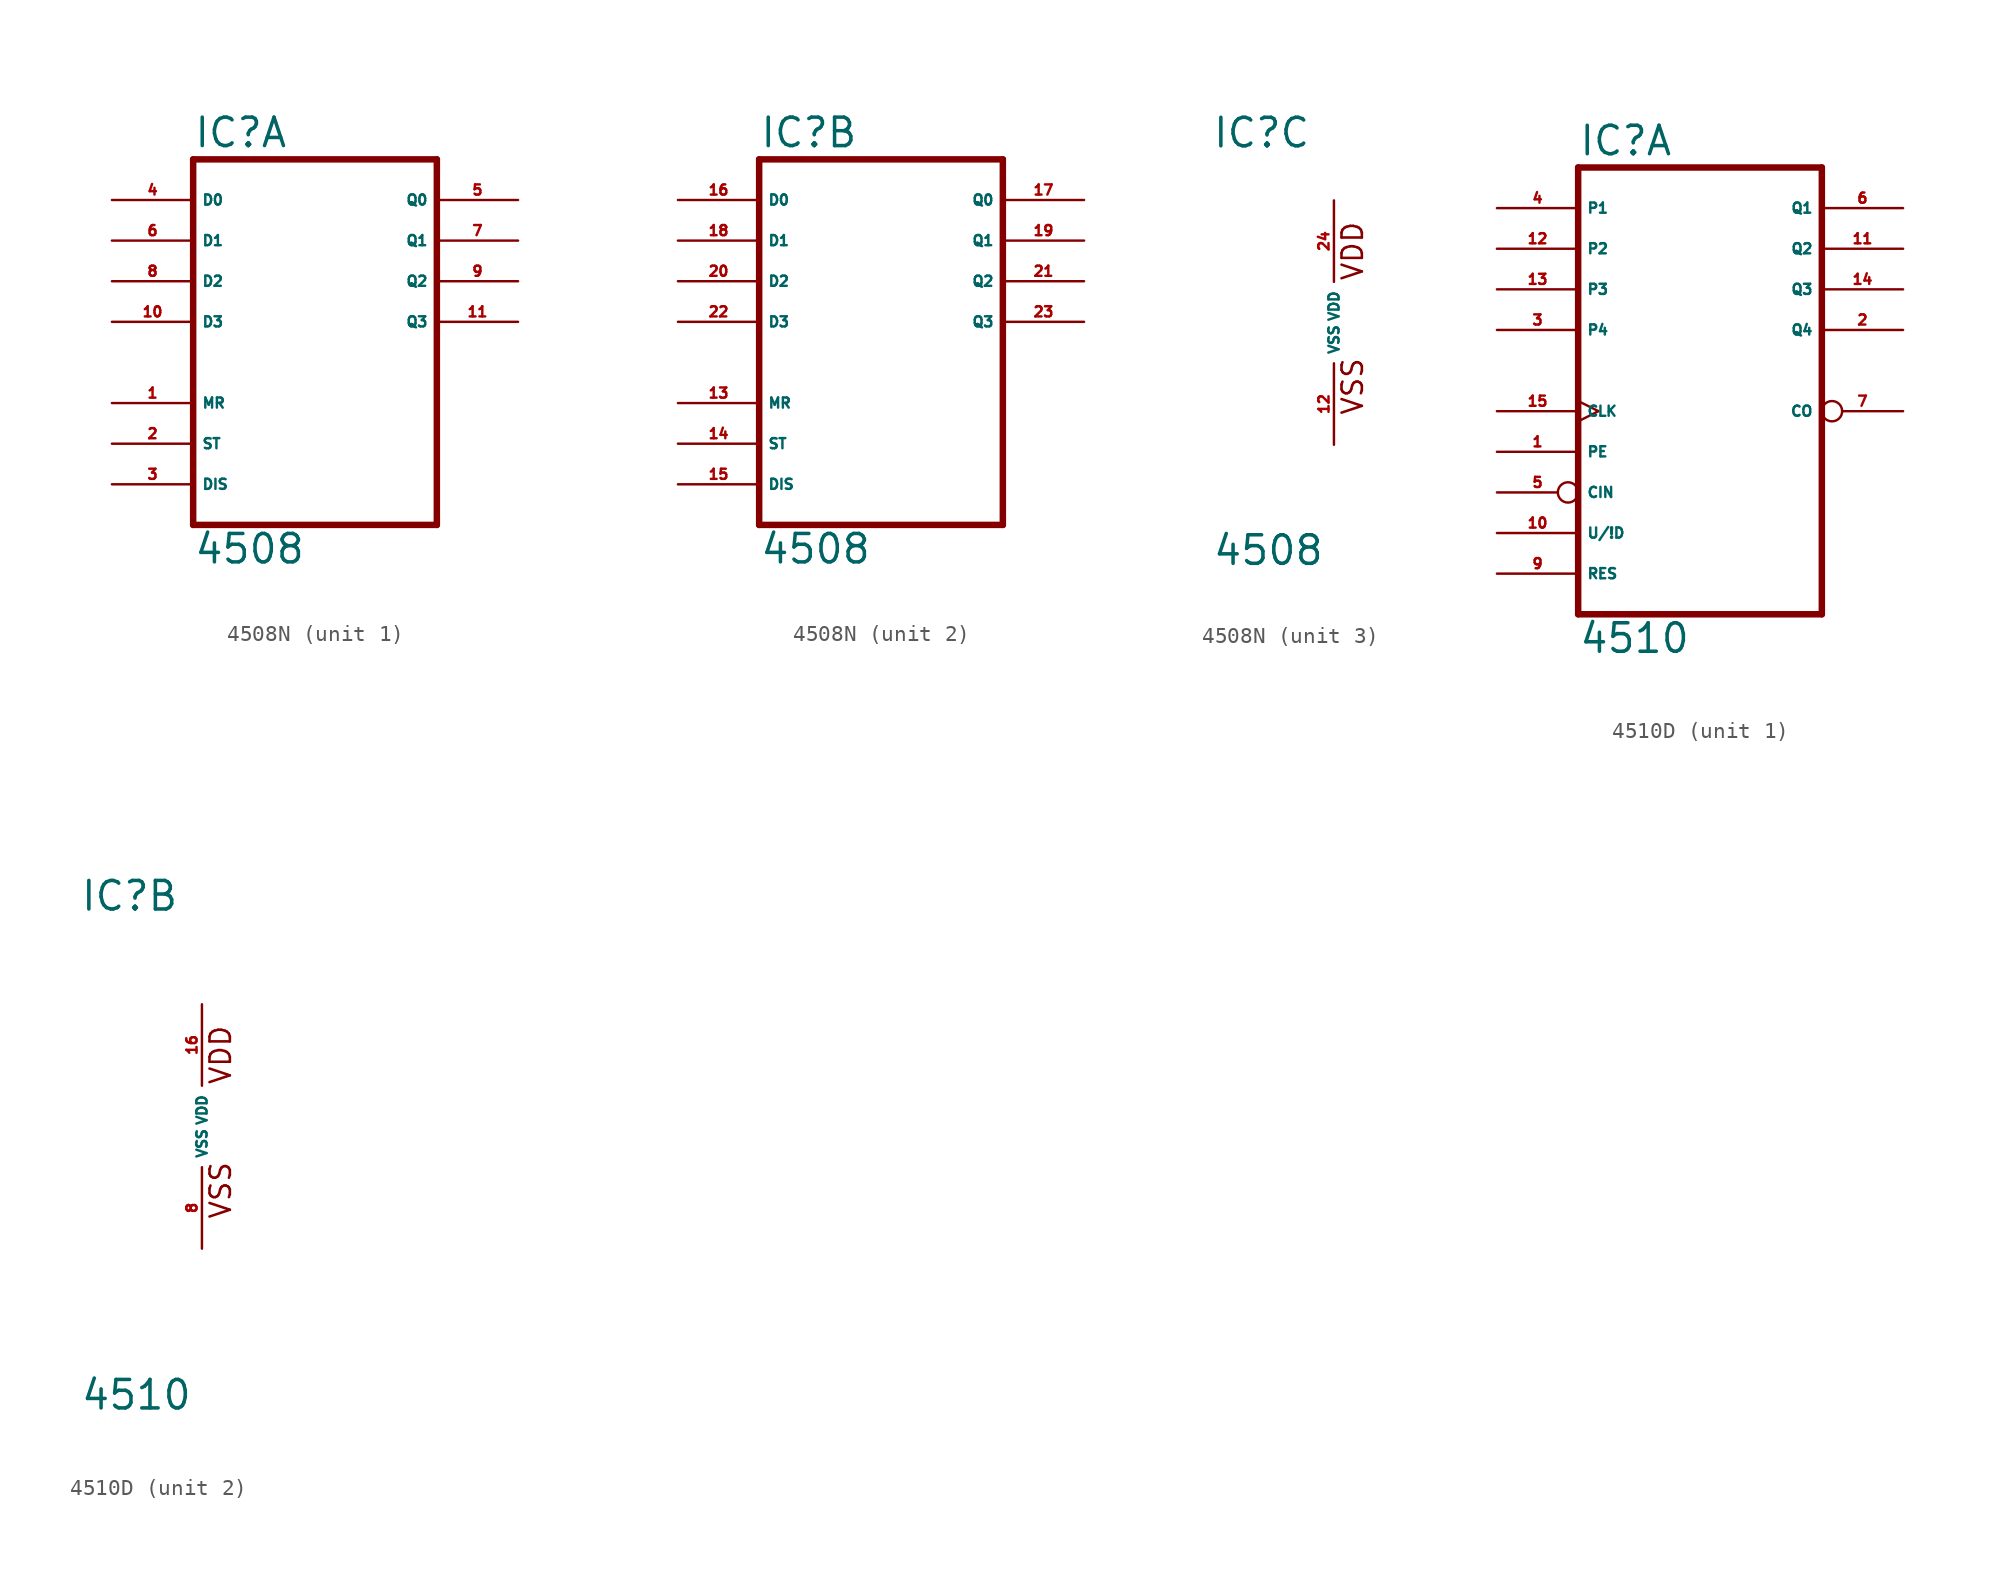
<source format=kicad_sym>
(kicad_symbol_lib
  (version 20220914)
  (generator Eagle2Kicad)
  (symbol "4508N"
    (property "Reference" "IC"
      (at -7.62 10.795 0)
      (effects (font (size 1.778 1.778) (thickness 0.22)) (justify left bottom)))
    (property "Value" "4508"
      (at -7.62 -15.24 0)
      (effects (font (size 1.778 1.778) (thickness 0.22)) (justify left bottom)))
    (symbol "4508N_1_0"
      (polyline (pts (xy -7.62 -12.7) (xy 7.62 -12.7)) (stroke (width 0.406) (type default)) (fill (type none)))
      (polyline (pts (xy 7.62 -12.7) (xy 7.62 10.16)) (stroke (width 0.406) (type default)) (fill (type none)))
      (polyline (pts (xy 7.62 10.16) (xy -7.62 10.16)) (stroke (width 0.406) (type default)) (fill (type none)))
      (polyline (pts (xy -7.62 10.16) (xy -7.62 -12.7)) (stroke (width 0.406) (type default)) (fill (type none)))
      (pin input line (at -12.7 -5.08 0) (length 5.08) (name "MR" (effects (font (size 0.635 0.635) (thickness 0.08)) (justify left bottom))) (number "1" (effects (font (size 0.635 0.635) (thickness 0.08)) (justify left bottom))))
      (pin input line (at -12.7 -7.62 0) (length 5.08) (name "ST" (effects (font (size 0.635 0.635) (thickness 0.08)) (justify left bottom))) (number "2" (effects (font (size 0.635 0.635) (thickness 0.08)) (justify left bottom))))
      (pin input line (at -12.7 -10.16 0) (length 5.08) (name "DIS" (effects (font (size 0.635 0.635) (thickness 0.08)) (justify left bottom))) (number "3" (effects (font (size 0.635 0.635) (thickness 0.08)) (justify left bottom))))
      (pin input line (at -12.7 7.62 0) (length 5.08) (name "D0" (effects (font (size 0.635 0.635) (thickness 0.08)) (justify left bottom))) (number "4" (effects (font (size 0.635 0.635) (thickness 0.08)) (justify left bottom))))
      (pin output line (at 12.7 7.62 180) (length 5.08) (name "Q0" (effects (font (size 0.635 0.635) (thickness 0.08)) (justify left bottom))) (number "5" (effects (font (size 0.635 0.635) (thickness 0.08)) (justify left bottom))))
      (pin input line (at -12.7 5.08 0) (length 5.08) (name "D1" (effects (font (size 0.635 0.635) (thickness 0.08)) (justify left bottom))) (number "6" (effects (font (size 0.635 0.635) (thickness 0.08)) (justify left bottom))))
      (pin output line (at 12.7 5.08 180) (length 5.08) (name "Q1" (effects (font (size 0.635 0.635) (thickness 0.08)) (justify left bottom))) (number "7" (effects (font (size 0.635 0.635) (thickness 0.08)) (justify left bottom))))
      (pin input line (at -12.7 2.54 0) (length 5.08) (name "D2" (effects (font (size 0.635 0.635) (thickness 0.08)) (justify left bottom))) (number "8" (effects (font (size 0.635 0.635) (thickness 0.08)) (justify left bottom))))
      (pin output line (at 12.7 2.54 180) (length 5.08) (name "Q2" (effects (font (size 0.635 0.635) (thickness 0.08)) (justify left bottom))) (number "9" (effects (font (size 0.635 0.635) (thickness 0.08)) (justify left bottom))))
      (pin input line (at -12.7 0 0) (length 5.08) (name "D3" (effects (font (size 0.635 0.635) (thickness 0.08)) (justify left bottom))) (number "10" (effects (font (size 0.635 0.635) (thickness 0.08)) (justify left bottom))))
      (pin output line (at 12.7 0 180) (length 5.08) (name "Q3" (effects (font (size 0.635 0.635) (thickness 0.08)) (justify left bottom))) (number "11" (effects (font (size 0.635 0.635) (thickness 0.08)) (justify left bottom)))))
    (symbol "4508N_2_0"
      (polyline (pts (xy -7.62 -12.7) (xy 7.62 -12.7)) (stroke (width 0.406) (type default)) (fill (type none)))
      (polyline (pts (xy 7.62 -12.7) (xy 7.62 10.16)) (stroke (width 0.406) (type default)) (fill (type none)))
      (polyline (pts (xy 7.62 10.16) (xy -7.62 10.16)) (stroke (width 0.406) (type default)) (fill (type none)))
      (polyline (pts (xy -7.62 10.16) (xy -7.62 -12.7)) (stroke (width 0.406) (type default)) (fill (type none)))
      (pin input line (at -12.7 -5.08 0) (length 5.08) (name "MR" (effects (font (size 0.635 0.635) (thickness 0.08)) (justify left bottom))) (number "13" (effects (font (size 0.635 0.635) (thickness 0.08)) (justify left bottom))))
      (pin input line (at -12.7 -7.62 0) (length 5.08) (name "ST" (effects (font (size 0.635 0.635) (thickness 0.08)) (justify left bottom))) (number "14" (effects (font (size 0.635 0.635) (thickness 0.08)) (justify left bottom))))
      (pin input line (at -12.7 -10.16 0) (length 5.08) (name "DIS" (effects (font (size 0.635 0.635) (thickness 0.08)) (justify left bottom))) (number "15" (effects (font (size 0.635 0.635) (thickness 0.08)) (justify left bottom))))
      (pin input line (at -12.7 7.62 0) (length 5.08) (name "D0" (effects (font (size 0.635 0.635) (thickness 0.08)) (justify left bottom))) (number "16" (effects (font (size 0.635 0.635) (thickness 0.08)) (justify left bottom))))
      (pin output line (at 12.7 7.62 180) (length 5.08) (name "Q0" (effects (font (size 0.635 0.635) (thickness 0.08)) (justify left bottom))) (number "17" (effects (font (size 0.635 0.635) (thickness 0.08)) (justify left bottom))))
      (pin input line (at -12.7 5.08 0) (length 5.08) (name "D1" (effects (font (size 0.635 0.635) (thickness 0.08)) (justify left bottom))) (number "18" (effects (font (size 0.635 0.635) (thickness 0.08)) (justify left bottom))))
      (pin output line (at 12.7 5.08 180) (length 5.08) (name "Q1" (effects (font (size 0.635 0.635) (thickness 0.08)) (justify left bottom))) (number "19" (effects (font (size 0.635 0.635) (thickness 0.08)) (justify left bottom))))
      (pin input line (at -12.7 2.54 0) (length 5.08) (name "D2" (effects (font (size 0.635 0.635) (thickness 0.08)) (justify left bottom))) (number "20" (effects (font (size 0.635 0.635) (thickness 0.08)) (justify left bottom))))
      (pin output line (at 12.7 2.54 180) (length 5.08) (name "Q2" (effects (font (size 0.635 0.635) (thickness 0.08)) (justify left bottom))) (number "21" (effects (font (size 0.635 0.635) (thickness 0.08)) (justify left bottom))))
      (pin input line (at -12.7 0 0) (length 5.08) (name "D3" (effects (font (size 0.635 0.635) (thickness 0.08)) (justify left bottom))) (number "22" (effects (font (size 0.635 0.635) (thickness 0.08)) (justify left bottom))))
      (pin output line (at 12.7 0 180) (length 5.08) (name "Q3" (effects (font (size 0.635 0.635) (thickness 0.08)) (justify left bottom))) (number "23" (effects (font (size 0.635 0.635) (thickness 0.08)) (justify left bottom)))))
    (symbol "4508N_3_0"
      (text "VDD" (at 1.905 2.54 900) (effects (font (size 1.27 1.27) (thickness 0.16)) (justify left bottom)))
      (text "VSS" (at 1.905 -5.842 900) (effects (font (size 1.27 1.27) (thickness 0.16)) (justify left bottom)))
      (pin unspecified line (at 0 -7.62 90) (length 5.08) (name "VSS" (effects (font (size 0.635 0.635) (thickness 0.08)) (justify left bottom))) (number "12" (effects (font (size 0.635 0.635) (thickness 0.08)) (justify left bottom))))
      (pin unspecified line (at 0 7.62 270) (length 5.08) (name "VDD" (effects (font (size 0.635 0.635) (thickness 0.08)) (justify left bottom))) (number "24" (effects (font (size 0.635 0.635) (thickness 0.08)) (justify left bottom))))))
  (symbol "4510D"
    (property "Reference" "IC"
      (at -7.62 13.335 0)
      (effects (font (size 1.778 1.778) (thickness 0.22)) (justify left bottom)))
    (property "Value" "4510"
      (at -7.62 -17.78 0)
      (effects (font (size 1.778 1.778) (thickness 0.22)) (justify left bottom)))
    (symbol "4510D_1_0"
      (polyline (pts (xy -7.62 -15.24) (xy 7.62 -15.24)) (stroke (width 0.406) (type default)) (fill (type none)))
      (polyline (pts (xy 7.62 -15.24) (xy 7.62 12.7)) (stroke (width 0.406) (type default)) (fill (type none)))
      (polyline (pts (xy 7.62 12.7) (xy -7.62 12.7)) (stroke (width 0.406) (type default)) (fill (type none)))
      (polyline (pts (xy -7.62 12.7) (xy -7.62 -15.24)) (stroke (width 0.406) (type default)) (fill (type none)))
      (pin input line (at -12.7 -5.08 0) (length 5.08) (name "PE" (effects (font (size 0.635 0.635) (thickness 0.08)) (justify left bottom))) (number "1" (effects (font (size 0.635 0.635) (thickness 0.08)) (justify left bottom))))
      (pin output line (at 12.7 2.54 180) (length 5.08) (name "Q4" (effects (font (size 0.635 0.635) (thickness 0.08)) (justify left bottom))) (number "2" (effects (font (size 0.635 0.635) (thickness 0.08)) (justify left bottom))))
      (pin input line (at -12.7 2.54 0) (length 5.08) (name "P4" (effects (font (size 0.635 0.635) (thickness 0.08)) (justify left bottom))) (number "3" (effects (font (size 0.635 0.635) (thickness 0.08)) (justify left bottom))))
      (pin input line (at -12.7 10.16 0) (length 5.08) (name "P1" (effects (font (size 0.635 0.635) (thickness 0.08)) (justify left bottom))) (number "4" (effects (font (size 0.635 0.635) (thickness 0.08)) (justify left bottom))))
      (pin input inverted (at -12.7 -7.62 0) (length 5.08) (name "CIN" (effects (font (size 0.635 0.635) (thickness 0.08)) (justify left bottom))) (number "5" (effects (font (size 0.635 0.635) (thickness 0.08)) (justify left bottom))))
      (pin output line (at 12.7 10.16 180) (length 5.08) (name "Q1" (effects (font (size 0.635 0.635) (thickness 0.08)) (justify left bottom))) (number "6" (effects (font (size 0.635 0.635) (thickness 0.08)) (justify left bottom))))
      (pin output inverted (at 12.7 -2.54 180) (length 5.08) (name "CO" (effects (font (size 0.635 0.635) (thickness 0.08)) (justify left bottom))) (number "7" (effects (font (size 0.635 0.635) (thickness 0.08)) (justify left bottom))))
      (pin input line (at -12.7 -12.7 0) (length 5.08) (name "RES" (effects (font (size 0.635 0.635) (thickness 0.08)) (justify left bottom))) (number "9" (effects (font (size 0.635 0.635) (thickness 0.08)) (justify left bottom))))
      (pin input line (at -12.7 -10.16 0) (length 5.08) (name "U/!D" (effects (font (size 0.635 0.635) (thickness 0.08)) (justify left bottom))) (number "10" (effects (font (size 0.635 0.635) (thickness 0.08)) (justify left bottom))))
      (pin output line (at 12.7 7.62 180) (length 5.08) (name "Q2" (effects (font (size 0.635 0.635) (thickness 0.08)) (justify left bottom))) (number "11" (effects (font (size 0.635 0.635) (thickness 0.08)) (justify left bottom))))
      (pin input line (at -12.7 7.62 0) (length 5.08) (name "P2" (effects (font (size 0.635 0.635) (thickness 0.08)) (justify left bottom))) (number "12" (effects (font (size 0.635 0.635) (thickness 0.08)) (justify left bottom))))
      (pin input line (at -12.7 5.08 0) (length 5.08) (name "P3" (effects (font (size 0.635 0.635) (thickness 0.08)) (justify left bottom))) (number "13" (effects (font (size 0.635 0.635) (thickness 0.08)) (justify left bottom))))
      (pin output line (at 12.7 5.08 180) (length 5.08) (name "Q3" (effects (font (size 0.635 0.635) (thickness 0.08)) (justify left bottom))) (number "14" (effects (font (size 0.635 0.635) (thickness 0.08)) (justify left bottom))))
      (pin input clock (at -12.7 -2.54 0) (length 5.08) (name "CLK" (effects (font (size 0.635 0.635) (thickness 0.08)) (justify left bottom))) (number "15" (effects (font (size 0.635 0.635) (thickness 0.08)) (justify left bottom)))))
    (symbol "4510D_2_0"
      (text "VDD" (at 1.905 2.54 900) (effects (font (size 1.27 1.27) (thickness 0.16)) (justify left bottom)))
      (text "VSS" (at 1.905 -5.842 900) (effects (font (size 1.27 1.27) (thickness 0.16)) (justify left bottom)))
      (pin unspecified line (at 0 -7.62 90) (length 5.08) (name "VSS" (effects (font (size 0.635 0.635) (thickness 0.08)) (justify left bottom))) (number "8" (effects (font (size 0.635 0.635) (thickness 0.08)) (justify left bottom))))
      (pin unspecified line (at 0 7.62 270) (length 5.08) (name "VDD" (effects (font (size 0.635 0.635) (thickness 0.08)) (justify left bottom))) (number "16" (effects (font (size 0.635 0.635) (thickness 0.08)) (justify left bottom)))))))
</source>
